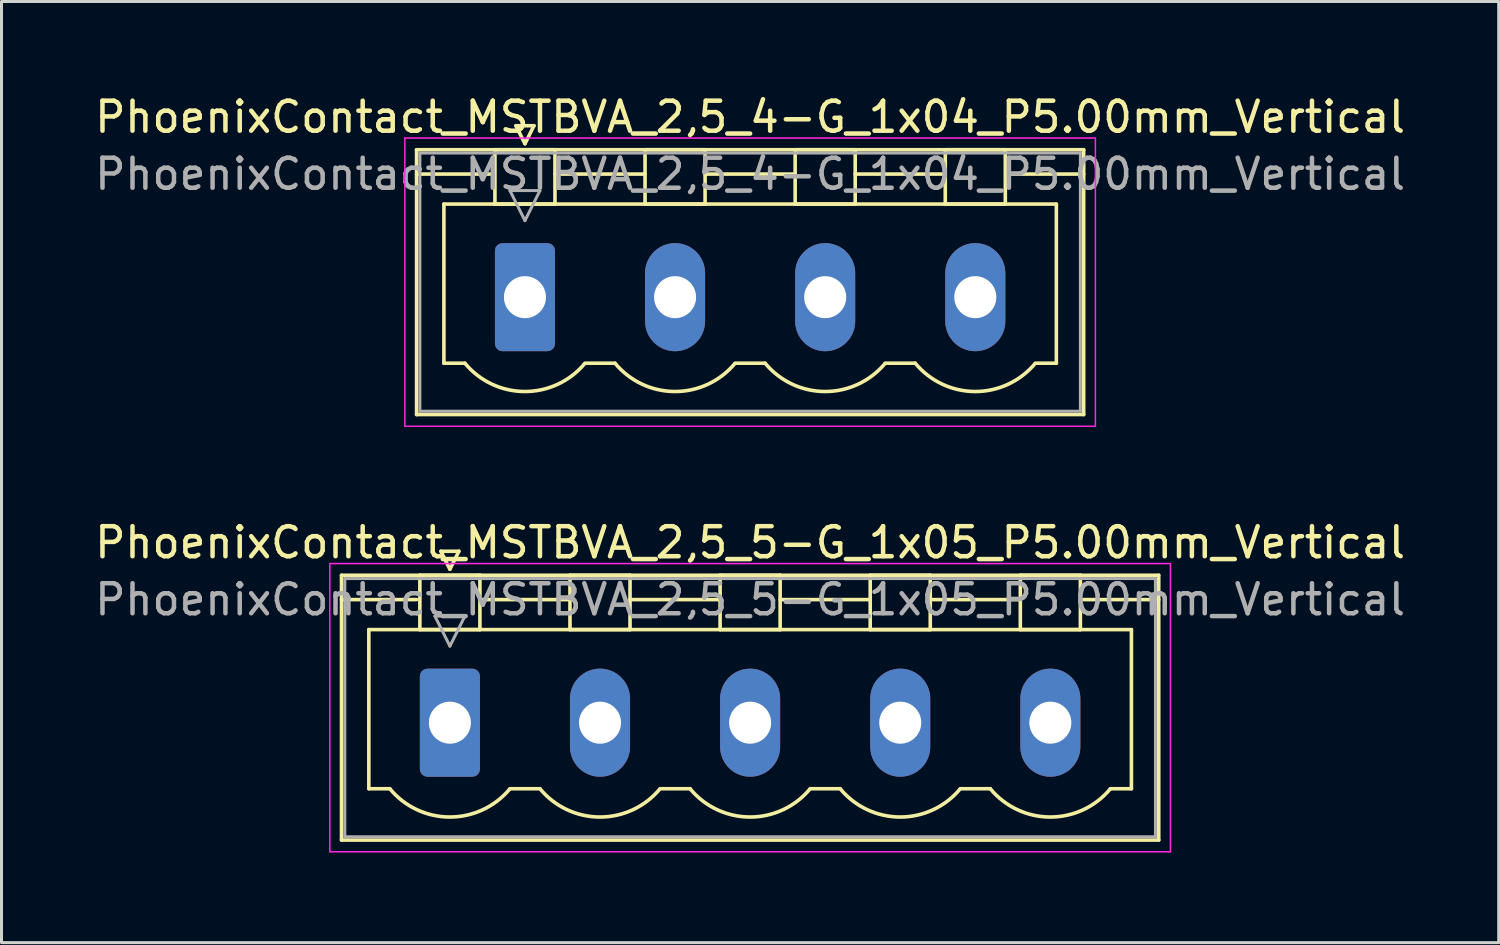
<source format=kicad_pcb>
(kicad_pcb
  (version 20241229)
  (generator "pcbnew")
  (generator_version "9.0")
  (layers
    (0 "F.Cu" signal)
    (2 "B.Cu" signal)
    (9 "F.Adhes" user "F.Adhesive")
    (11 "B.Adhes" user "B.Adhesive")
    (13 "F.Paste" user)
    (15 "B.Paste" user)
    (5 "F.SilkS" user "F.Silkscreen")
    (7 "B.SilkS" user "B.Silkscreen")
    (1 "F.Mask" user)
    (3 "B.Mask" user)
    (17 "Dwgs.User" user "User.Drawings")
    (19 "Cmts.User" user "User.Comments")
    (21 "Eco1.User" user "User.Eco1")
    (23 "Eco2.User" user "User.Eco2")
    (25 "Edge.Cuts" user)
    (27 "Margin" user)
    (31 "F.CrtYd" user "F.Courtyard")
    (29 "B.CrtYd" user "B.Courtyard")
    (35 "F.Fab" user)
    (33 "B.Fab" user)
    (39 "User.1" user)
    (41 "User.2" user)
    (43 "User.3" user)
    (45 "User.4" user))
  (footprint "PhoenixContact_MSTBVA_2,5_4-G_1x04_P5.00mm_Vertical"
    (layer "F.Cu")
    (at 14.435 6.848)
    (property "Reference" "PhoenixContact_MSTBVA_2,5_4-G_1x04_P5.00mm_Vertical" (at 7.5 -6 0) (layer "F.SilkS") (effects (font (size 1 1) (thickness 0.15))))
    (attr through_hole)
    (fp_line (start -3.61 -4.91) (end -3.61 3.91) (stroke (width 0.12) (type solid)) (layer "F.SilkS"))
    (fp_line (start -3.61 -4.1) (end -1.11 -4.1) (stroke (width 0.12) (type solid)) (layer "F.SilkS"))
    (fp_line (start -3.61 3.91) (end 18.61 3.91) (stroke (width 0.12) (type solid)) (layer "F.SilkS"))
    (fp_line (start -2.7 -3.1) (end 17.7 -3.1) (stroke (width 0.12) (type solid)) (layer "F.SilkS"))
    (fp_line (start -2.7 2.2) (end -2.7 -3.1) (stroke (width 0.12) (type solid)) (layer "F.SilkS"))
    (fp_line (start -2 2.2) (end -2.7 2.2) (stroke (width 0.12) (type solid)) (layer "F.SilkS"))
    (fp_line (start -1 -4.91) (end 1 -4.91) (stroke (width 0.12) (type solid)) (layer "F.SilkS"))
    (fp_line (start -1 -3.1) (end -1 -4.91) (stroke (width 0.12) (type solid)) (layer "F.SilkS"))
    (fp_line (start -0.3 -5.71) (end 0.3 -5.71) (stroke (width 0.12) (type solid)) (layer "F.SilkS"))
    (fp_line (start 0 -5.11) (end -0.3 -5.71) (stroke (width 0.12) (type solid)) (layer "F.SilkS"))
    (fp_line (start 0.3 -5.71) (end 0 -5.11) (stroke (width 0.12) (type solid)) (layer "F.SilkS"))
    (fp_line (start 1 -4.91) (end 1 -3.1) (stroke (width 0.12) (type solid)) (layer "F.SilkS"))
    (fp_line (start 1 -4.1) (end 4 -4.1) (stroke (width 0.12) (type solid)) (layer "F.SilkS"))
    (fp_line (start 1 -3.1) (end -1 -3.1) (stroke (width 0.12) (type solid)) (layer "F.SilkS"))
    (fp_line (start 2 2.2) (end 3 2.2) (stroke (width 0.12) (type solid)) (layer "F.SilkS"))
    (fp_line (start 4 -4.91) (end 6 -4.91) (stroke (width 0.12) (type solid)) (layer "F.SilkS"))
    (fp_line (start 4 -3.1) (end 4 -4.91) (stroke (width 0.12) (type solid)) (layer "F.SilkS"))
    (fp_line (start 6 -4.91) (end 6 -3.1) (stroke (width 0.12) (type solid)) (layer "F.SilkS"))
    (fp_line (start 6 -4.1) (end 9 -4.1) (stroke (width 0.12) (type solid)) (layer "F.SilkS"))
    (fp_line (start 6 -3.1) (end 4 -3.1) (stroke (width 0.12) (type solid)) (layer "F.SilkS"))
    (fp_line (start 7 2.2) (end 8 2.2) (stroke (width 0.12) (type solid)) (layer "F.SilkS"))
    (fp_line (start 9 -4.91) (end 11 -4.91) (stroke (width 0.12) (type solid)) (layer "F.SilkS"))
    (fp_line (start 9 -3.1) (end 9 -4.91) (stroke (width 0.12) (type solid)) (layer "F.SilkS"))
    (fp_line (start 11 -4.91) (end 11 -3.1) (stroke (width 0.12) (type solid)) (layer "F.SilkS"))
    (fp_line (start 11 -4.1) (end 14 -4.1) (stroke (width 0.12) (type solid)) (layer "F.SilkS"))
    (fp_line (start 11 -3.1) (end 9 -3.1) (stroke (width 0.12) (type solid)) (layer "F.SilkS"))
    (fp_line (start 12 2.2) (end 13 2.2) (stroke (width 0.12) (type solid)) (layer "F.SilkS"))
    (fp_line (start 14 -4.91) (end 16 -4.91) (stroke (width 0.12) (type solid)) (layer "F.SilkS"))
    (fp_line (start 14 -3.1) (end 14 -4.91) (stroke (width 0.12) (type solid)) (layer "F.SilkS"))
    (fp_line (start 16 -4.91) (end 16 -3.1) (stroke (width 0.12) (type solid)) (layer "F.SilkS"))
    (fp_line (start 16 -3.1) (end 14 -3.1) (stroke (width 0.12) (type solid)) (layer "F.SilkS"))
    (fp_line (start 17.7 -3.1) (end 17.7 2.2) (stroke (width 0.12) (type solid)) (layer "F.SilkS"))
    (fp_line (start 17.7 2.2) (end 17 2.2) (stroke (width 0.12) (type solid)) (layer "F.SilkS"))
    (fp_line (start 18.61 -4.91) (end -3.61 -4.91) (stroke (width 0.12) (type solid)) (layer "F.SilkS"))
    (fp_line (start 18.61 -4.1) (end 16.11 -4.1) (stroke (width 0.12) (type solid)) (layer "F.SilkS"))
    (fp_line (start 18.61 3.91) (end 18.61 -4.91) (stroke (width 0.12) (type solid)) (layer "F.SilkS"))
    (fp_arc (start 1.986842 2.215821) (mid -0.010289 3.142758) (end -2 2.2) (stroke (width 0.12) (type solid)) (layer "F.SilkS"))
    (fp_arc (start 6.986842 2.215821) (mid 4.989711 3.142758) (end 3 2.2) (stroke (width 0.12) (type solid)) (layer "F.SilkS"))
    (fp_arc (start 11.986842 2.215821) (mid 9.989711 3.142758) (end 8 2.2) (stroke (width 0.12) (type solid)) (layer "F.SilkS"))
    (fp_arc (start 16.986842 2.215821) (mid 14.989711 3.142758) (end 13 2.2) (stroke (width 0.12) (type solid)) (layer "F.SilkS"))
    (fp_line (start -4 -5.3) (end -4 4.3) (stroke (width 0.05) (type solid)) (layer "F.CrtYd"))
    (fp_line (start -4 4.3) (end 19 4.3) (stroke (width 0.05) (type solid)) (layer "F.CrtYd"))
    (fp_line (start 19 -5.3) (end -4 -5.3) (stroke (width 0.05) (type solid)) (layer "F.CrtYd"))
    (fp_line (start 19 4.3) (end 19 -5.3) (stroke (width 0.05) (type solid)) (layer "F.CrtYd"))
    (fp_line (start -3.5 -4.8) (end -3.5 3.8) (stroke (width 0.1) (type solid)) (layer "F.Fab"))
    (fp_line (start -3.5 3.8) (end 18.5 3.8) (stroke (width 0.1) (type solid)) (layer "F.Fab"))
    (fp_line (start -0.5 -3.55) (end 0.5 -3.55) (stroke (width 0.1) (type solid)) (layer "F.Fab"))
    (fp_line (start 0 -2.55) (end -0.5 -3.55) (stroke (width 0.1) (type solid)) (layer "F.Fab"))
    (fp_line (start 0.5 -3.55) (end 0 -2.55) (stroke (width 0.1) (type solid)) (layer "F.Fab"))
    (fp_line (start 18.5 -4.8) (end -3.5 -4.8) (stroke (width 0.1) (type solid)) (layer "F.Fab"))
    (fp_line (start 18.5 3.8) (end 18.5 -4.8) (stroke (width 0.1) (type solid)) (layer "F.Fab"))
    (fp_text user "${REFERENCE}" (at 7.5 -4.1 0) (layer "F.Fab") (effects (font (size 1 1) (thickness 0.15))))
    (pad "1" thru_hole roundrect (at 0 0) (size 2 3.6) (drill 1.4) (layers "*.Cu" "*.Mask") (roundrect_rratio 0.125))
    (pad "2" thru_hole oval (at 5 0) (size 2 3.6) (drill 1.4) (layers "*.Cu" "*.Mask"))
    (pad "3" thru_hole oval (at 10 0) (size 2 3.6) (drill 1.4) (layers "*.Cu" "*.Mask"))
    (pad "4" thru_hole oval (at 15 0) (size 2 3.6) (drill 1.4) (layers "*.Cu" "*.Mask")))
  (footprint "PhoenixContact_MSTBVA_2,5_5-G_1x05_P5.00mm_Vertical"
    (layer "F.Cu")
    (at 11.935 21.021)
    (property "Reference" "PhoenixContact_MSTBVA_2,5_5-G_1x05_P5.00mm_Vertical" (at 10 -6 0) (layer "F.SilkS") (effects (font (size 1 1) (thickness 0.15))))
    (attr through_hole)
    (fp_line (start -3.61 -4.91) (end -3.61 3.91) (stroke (width 0.12) (type solid)) (layer "F.SilkS"))
    (fp_line (start -3.61 -4.1) (end -1.11 -4.1) (stroke (width 0.12) (type solid)) (layer "F.SilkS"))
    (fp_line (start -3.61 3.91) (end 23.61 3.91) (stroke (width 0.12) (type solid)) (layer "F.SilkS"))
    (fp_line (start -2.7 -3.1) (end 22.7 -3.1) (stroke (width 0.12) (type solid)) (layer "F.SilkS"))
    (fp_line (start -2.7 2.2) (end -2.7 -3.1) (stroke (width 0.12) (type solid)) (layer "F.SilkS"))
    (fp_line (start -2 2.2) (end -2.7 2.2) (stroke (width 0.12) (type solid)) (layer "F.SilkS"))
    (fp_line (start -1 -4.91) (end 1 -4.91) (stroke (width 0.12) (type solid)) (layer "F.SilkS"))
    (fp_line (start -1 -3.1) (end -1 -4.91) (stroke (width 0.12) (type solid)) (layer "F.SilkS"))
    (fp_line (start -0.3 -5.71) (end 0.3 -5.71) (stroke (width 0.12) (type solid)) (layer "F.SilkS"))
    (fp_line (start 0 -5.11) (end -0.3 -5.71) (stroke (width 0.12) (type solid)) (layer "F.SilkS"))
    (fp_line (start 0.3 -5.71) (end 0 -5.11) (stroke (width 0.12) (type solid)) (layer "F.SilkS"))
    (fp_line (start 1 -4.91) (end 1 -3.1) (stroke (width 0.12) (type solid)) (layer "F.SilkS"))
    (fp_line (start 1 -4.1) (end 4 -4.1) (stroke (width 0.12) (type solid)) (layer "F.SilkS"))
    (fp_line (start 1 -3.1) (end -1 -3.1) (stroke (width 0.12) (type solid)) (layer "F.SilkS"))
    (fp_line (start 2 2.2) (end 3 2.2) (stroke (width 0.12) (type solid)) (layer "F.SilkS"))
    (fp_line (start 4 -4.91) (end 6 -4.91) (stroke (width 0.12) (type solid)) (layer "F.SilkS"))
    (fp_line (start 4 -3.1) (end 4 -4.91) (stroke (width 0.12) (type solid)) (layer "F.SilkS"))
    (fp_line (start 6 -4.91) (end 6 -3.1) (stroke (width 0.12) (type solid)) (layer "F.SilkS"))
    (fp_line (start 6 -4.1) (end 9 -4.1) (stroke (width 0.12) (type solid)) (layer "F.SilkS"))
    (fp_line (start 6 -3.1) (end 4 -3.1) (stroke (width 0.12) (type solid)) (layer "F.SilkS"))
    (fp_line (start 7 2.2) (end 8 2.2) (stroke (width 0.12) (type solid)) (layer "F.SilkS"))
    (fp_line (start 9 -4.91) (end 11 -4.91) (stroke (width 0.12) (type solid)) (layer "F.SilkS"))
    (fp_line (start 9 -3.1) (end 9 -4.91) (stroke (width 0.12) (type solid)) (layer "F.SilkS"))
    (fp_line (start 11 -4.91) (end 11 -3.1) (stroke (width 0.12) (type solid)) (layer "F.SilkS"))
    (fp_line (start 11 -4.1) (end 14 -4.1) (stroke (width 0.12) (type solid)) (layer "F.SilkS"))
    (fp_line (start 11 -3.1) (end 9 -3.1) (stroke (width 0.12) (type solid)) (layer "F.SilkS"))
    (fp_line (start 12 2.2) (end 13 2.2) (stroke (width 0.12) (type solid)) (layer "F.SilkS"))
    (fp_line (start 14 -4.91) (end 16 -4.91) (stroke (width 0.12) (type solid)) (layer "F.SilkS"))
    (fp_line (start 14 -3.1) (end 14 -4.91) (stroke (width 0.12) (type solid)) (layer "F.SilkS"))
    (fp_line (start 16 -4.91) (end 16 -3.1) (stroke (width 0.12) (type solid)) (layer "F.SilkS"))
    (fp_line (start 16 -4.1) (end 19 -4.1) (stroke (width 0.12) (type solid)) (layer "F.SilkS"))
    (fp_line (start 16 -3.1) (end 14 -3.1) (stroke (width 0.12) (type solid)) (layer "F.SilkS"))
    (fp_line (start 17 2.2) (end 18 2.2) (stroke (width 0.12) (type solid)) (layer "F.SilkS"))
    (fp_line (start 19 -4.91) (end 21 -4.91) (stroke (width 0.12) (type solid)) (layer "F.SilkS"))
    (fp_line (start 19 -3.1) (end 19 -4.91) (stroke (width 0.12) (type solid)) (layer "F.SilkS"))
    (fp_line (start 21 -4.91) (end 21 -3.1) (stroke (width 0.12) (type solid)) (layer "F.SilkS"))
    (fp_line (start 21 -3.1) (end 19 -3.1) (stroke (width 0.12) (type solid)) (layer "F.SilkS"))
    (fp_line (start 22.7 -3.1) (end 22.7 2.2) (stroke (width 0.12) (type solid)) (layer "F.SilkS"))
    (fp_line (start 22.7 2.2) (end 22 2.2) (stroke (width 0.12) (type solid)) (layer "F.SilkS"))
    (fp_line (start 23.61 -4.91) (end -3.61 -4.91) (stroke (width 0.12) (type solid)) (layer "F.SilkS"))
    (fp_line (start 23.61 -4.1) (end 21.11 -4.1) (stroke (width 0.12) (type solid)) (layer "F.SilkS"))
    (fp_line (start 23.61 3.91) (end 23.61 -4.91) (stroke (width 0.12) (type solid)) (layer "F.SilkS"))
    (fp_arc (start 1.986842 2.215821) (mid -0.010289 3.142758) (end -2 2.2) (stroke (width 0.12) (type solid)) (layer "F.SilkS"))
    (fp_arc (start 6.986842 2.215821) (mid 4.989711 3.142758) (end 3 2.2) (stroke (width 0.12) (type solid)) (layer "F.SilkS"))
    (fp_arc (start 11.986842 2.215821) (mid 9.989711 3.142758) (end 8 2.2) (stroke (width 0.12) (type solid)) (layer "F.SilkS"))
    (fp_arc (start 16.986842 2.215821) (mid 14.989711 3.142758) (end 13 2.2) (stroke (width 0.12) (type solid)) (layer "F.SilkS"))
    (fp_arc (start 21.986842 2.215821) (mid 19.989711 3.142758) (end 18 2.2) (stroke (width 0.12) (type solid)) (layer "F.SilkS"))
    (fp_line (start -4 -5.3) (end -4 4.3) (stroke (width 0.05) (type solid)) (layer "F.CrtYd"))
    (fp_line (start -4 4.3) (end 24 4.3) (stroke (width 0.05) (type solid)) (layer "F.CrtYd"))
    (fp_line (start 24 -5.3) (end -4 -5.3) (stroke (width 0.05) (type solid)) (layer "F.CrtYd"))
    (fp_line (start 24 4.3) (end 24 -5.3) (stroke (width 0.05) (type solid)) (layer "F.CrtYd"))
    (fp_line (start -3.5 -4.8) (end -3.5 3.8) (stroke (width 0.1) (type solid)) (layer "F.Fab"))
    (fp_line (start -3.5 3.8) (end 23.5 3.8) (stroke (width 0.1) (type solid)) (layer "F.Fab"))
    (fp_line (start -0.5 -3.55) (end 0.5 -3.55) (stroke (width 0.1) (type solid)) (layer "F.Fab"))
    (fp_line (start 0 -2.55) (end -0.5 -3.55) (stroke (width 0.1) (type solid)) (layer "F.Fab"))
    (fp_line (start 0.5 -3.55) (end 0 -2.55) (stroke (width 0.1) (type solid)) (layer "F.Fab"))
    (fp_line (start 23.5 -4.8) (end -3.5 -4.8) (stroke (width 0.1) (type solid)) (layer "F.Fab"))
    (fp_line (start 23.5 3.8) (end 23.5 -4.8) (stroke (width 0.1) (type solid)) (layer "F.Fab"))
    (fp_text user "${REFERENCE}" (at 10 -4.1 0) (layer "F.Fab") (effects (font (size 1 1) (thickness 0.15))))
    (pad "1" thru_hole roundrect (at 0 0) (size 2 3.6) (drill 1.4) (layers "*.Cu" "*.Mask") (roundrect_rratio 0.125))
    (pad "2" thru_hole oval (at 5 0) (size 2 3.6) (drill 1.4) (layers "*.Cu" "*.Mask"))
    (pad "3" thru_hole oval (at 10 0) (size 2 3.6) (drill 1.4) (layers "*.Cu" "*.Mask"))
    (pad "4" thru_hole oval (at 15 0) (size 2 3.6) (drill 1.4) (layers "*.Cu" "*.Mask"))
    (pad "5" thru_hole oval (at 20 0) (size 2 3.6) (drill 1.4) (layers "*.Cu" "*.Mask")))
  (gr_rect
    (start -3 -3)
    (end 46.869 28.346)
    (stroke (width 0.1) (type default))
    (fill no)
    (layer "Edge.Cuts")))
</source>
